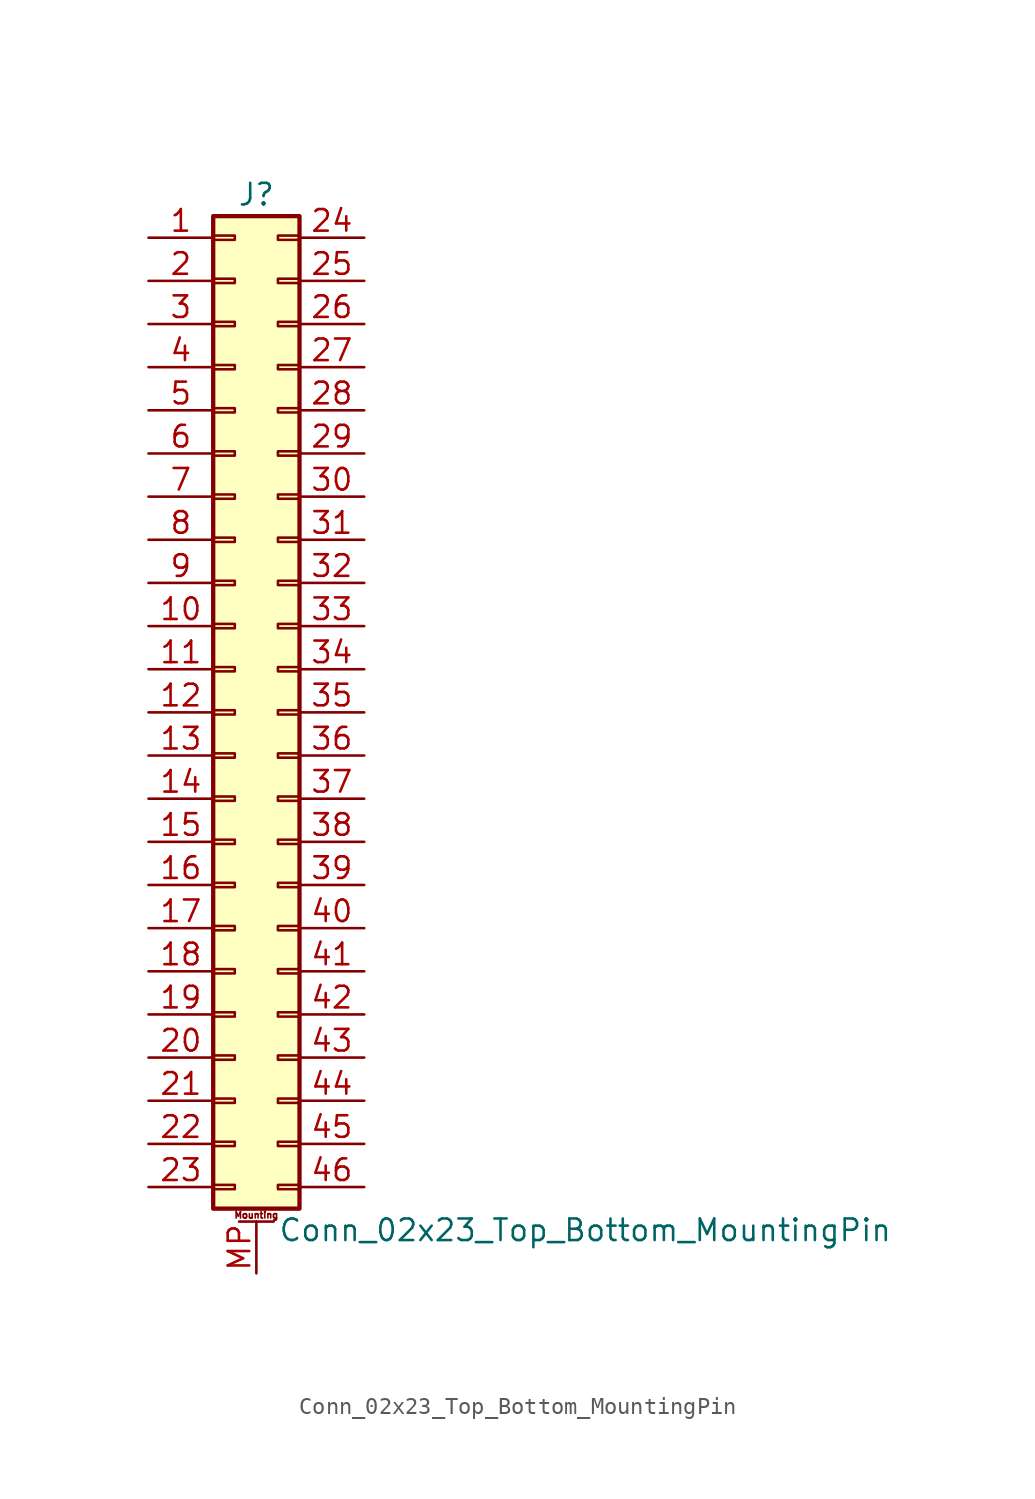
<source format=kicad_sym>
(kicad_symbol_lib
  (version 20201005)
  (generator kicad_symbol_editor)
  (symbol "Conn_02x23_Top_Bottom_MountingPin"
    (pin_names
      (offset 1.016) hide)
    (property "Reference" "J"
      (at 1.27 30.48 0)
      (effects (font (size 1.27 1.27))))
    (property "Value" "Conn_02x23_Top_Bottom_MountingPin"
      (at 2.54 -30.48 0)
      (effects (font (size 1.27 1.27)) (justify left)))
    (symbol "Conn_02x23_Top_Bottom_MountingPin_1_1"
      (text "Mounting" (at 1.27 -29.591 0) (effects (font (size 0.381 0.381))))
      (rectangle (start -1.27 -27.813) (end 0 -28.067) (stroke (width 0.152)) (fill (type none)))
      (rectangle (start -1.27 -25.273) (end 0 -25.527) (stroke (width 0.152)) (fill (type none)))
      (rectangle (start -1.27 -22.733) (end 0 -22.987) (stroke (width 0.152)) (fill (type none)))
      (rectangle (start -1.27 -20.193) (end 0 -20.447) (stroke (width 0.152)) (fill (type none)))
      (rectangle (start -1.27 -17.653) (end 0 -17.907) (stroke (width 0.152)) (fill (type none)))
      (rectangle (start -1.27 -15.113) (end 0 -15.367) (stroke (width 0.152)) (fill (type none)))
      (rectangle (start -1.27 -12.573) (end 0 -12.827) (stroke (width 0.152)) (fill (type none)))
      (rectangle (start -1.27 -10.033) (end 0 -10.287) (stroke (width 0.152)) (fill (type none)))
      (rectangle (start -1.27 -7.493) (end 0 -7.747) (stroke (width 0.152)) (fill (type none)))
      (rectangle (start -1.27 -4.953) (end 0 -5.207) (stroke (width 0.152)) (fill (type none)))
      (rectangle (start -1.27 -2.413) (end 0 -2.667) (stroke (width 0.152)) (fill (type none)))
      (rectangle (start -1.27 0.127) (end 0 -0.127) (stroke (width 0.152)) (fill (type none)))
      (rectangle (start -1.27 2.667) (end 0 2.413) (stroke (width 0.152)) (fill (type none)))
      (rectangle (start -1.27 5.207) (end 0 4.953) (stroke (width 0.152)) (fill (type none)))
      (rectangle (start -1.27 7.747) (end 0 7.493) (stroke (width 0.152)) (fill (type none)))
      (rectangle (start -1.27 10.287) (end 0 10.033) (stroke (width 0.152)) (fill (type none)))
      (rectangle (start -1.27 12.827) (end 0 12.573) (stroke (width 0.152)) (fill (type none)))
      (rectangle (start -1.27 15.367) (end 0 15.113) (stroke (width 0.152)) (fill (type none)))
      (rectangle (start -1.27 17.907) (end 0 17.653) (stroke (width 0.152)) (fill (type none)))
      (rectangle (start -1.27 20.447) (end 0 20.193) (stroke (width 0.152)) (fill (type none)))
      (rectangle (start -1.27 22.987) (end 0 22.733) (stroke (width 0.152)) (fill (type none)))
      (rectangle (start -1.27 25.527) (end 0 25.273) (stroke (width 0.152)) (fill (type none)))
      (rectangle (start -1.27 28.067) (end 0 27.813) (stroke (width 0.152)) (fill (type none)))
      (rectangle (start -1.27 29.21) (end 3.81 -29.21) (stroke (width 0.254)) (fill (type background)))
      (rectangle (start 3.81 -27.813) (end 2.54 -28.067) (stroke (width 0.152)) (fill (type none)))
      (rectangle (start 3.81 -25.273) (end 2.54 -25.527) (stroke (width 0.152)) (fill (type none)))
      (rectangle (start 3.81 -22.733) (end 2.54 -22.987) (stroke (width 0.152)) (fill (type none)))
      (rectangle (start 3.81 -20.193) (end 2.54 -20.447) (stroke (width 0.152)) (fill (type none)))
      (rectangle (start 3.81 -17.653) (end 2.54 -17.907) (stroke (width 0.152)) (fill (type none)))
      (rectangle (start 3.81 -15.113) (end 2.54 -15.367) (stroke (width 0.152)) (fill (type none)))
      (rectangle (start 3.81 -12.573) (end 2.54 -12.827) (stroke (width 0.152)) (fill (type none)))
      (rectangle (start 3.81 -10.033) (end 2.54 -10.287) (stroke (width 0.152)) (fill (type none)))
      (rectangle (start 3.81 -7.493) (end 2.54 -7.747) (stroke (width 0.152)) (fill (type none)))
      (rectangle (start 3.81 -4.953) (end 2.54 -5.207) (stroke (width 0.152)) (fill (type none)))
      (rectangle (start 3.81 -2.413) (end 2.54 -2.667) (stroke (width 0.152)) (fill (type none)))
      (rectangle (start 3.81 0.127) (end 2.54 -0.127) (stroke (width 0.152)) (fill (type none)))
      (rectangle (start 3.81 2.667) (end 2.54 2.413) (stroke (width 0.152)) (fill (type none)))
      (rectangle (start 3.81 5.207) (end 2.54 4.953) (stroke (width 0.152)) (fill (type none)))
      (rectangle (start 3.81 7.747) (end 2.54 7.493) (stroke (width 0.152)) (fill (type none)))
      (rectangle (start 3.81 10.287) (end 2.54 10.033) (stroke (width 0.152)) (fill (type none)))
      (rectangle (start 3.81 12.827) (end 2.54 12.573) (stroke (width 0.152)) (fill (type none)))
      (rectangle (start 3.81 15.367) (end 2.54 15.113) (stroke (width 0.152)) (fill (type none)))
      (rectangle (start 3.81 17.907) (end 2.54 17.653) (stroke (width 0.152)) (fill (type none)))
      (rectangle (start 3.81 20.447) (end 2.54 20.193) (stroke (width 0.152)) (fill (type none)))
      (rectangle (start 3.81 22.987) (end 2.54 22.733) (stroke (width 0.152)) (fill (type none)))
      (rectangle (start 3.81 25.527) (end 2.54 25.273) (stroke (width 0.152)) (fill (type none)))
      (rectangle (start 3.81 28.067) (end 2.54 27.813) (stroke (width 0.152)) (fill (type none)))
      (polyline (pts (xy 0.254 -29.972) (xy 2.286 -29.972)) (stroke (width 0.152)) (fill (type none)))
      (pin passive line (at -5.08 27.94 0) (length 3.81) (name "Pin_1" (effects (font (size 1.27 1.27)))) (number "1" (effects (font (size 1.27 1.27)))))
      (pin passive line (at -5.08 5.08 0) (length 3.81) (name "Pin_10" (effects (font (size 1.27 1.27)))) (number "10" (effects (font (size 1.27 1.27)))))
      (pin passive line (at -5.08 2.54 0) (length 3.81) (name "Pin_11" (effects (font (size 1.27 1.27)))) (number "11" (effects (font (size 1.27 1.27)))))
      (pin passive line (at -5.08 0 0) (length 3.81) (name "Pin_12" (effects (font (size 1.27 1.27)))) (number "12" (effects (font (size 1.27 1.27)))))
      (pin passive line (at -5.08 -2.54 0) (length 3.81) (name "Pin_13" (effects (font (size 1.27 1.27)))) (number "13" (effects (font (size 1.27 1.27)))))
      (pin passive line (at -5.08 -5.08 0) (length 3.81) (name "Pin_14" (effects (font (size 1.27 1.27)))) (number "14" (effects (font (size 1.27 1.27)))))
      (pin passive line (at -5.08 -7.62 0) (length 3.81) (name "Pin_15" (effects (font (size 1.27 1.27)))) (number "15" (effects (font (size 1.27 1.27)))))
      (pin passive line (at -5.08 -10.16 0) (length 3.81) (name "Pin_16" (effects (font (size 1.27 1.27)))) (number "16" (effects (font (size 1.27 1.27)))))
      (pin passive line (at -5.08 -12.7 0) (length 3.81) (name "Pin_17" (effects (font (size 1.27 1.27)))) (number "17" (effects (font (size 1.27 1.27)))))
      (pin passive line (at -5.08 -15.24 0) (length 3.81) (name "Pin_18" (effects (font (size 1.27 1.27)))) (number "18" (effects (font (size 1.27 1.27)))))
      (pin passive line (at -5.08 -17.78 0) (length 3.81) (name "Pin_19" (effects (font (size 1.27 1.27)))) (number "19" (effects (font (size 1.27 1.27)))))
      (pin passive line (at -5.08 25.4 0) (length 3.81) (name "Pin_2" (effects (font (size 1.27 1.27)))) (number "2" (effects (font (size 1.27 1.27)))))
      (pin passive line (at -5.08 -20.32 0) (length 3.81) (name "Pin_20" (effects (font (size 1.27 1.27)))) (number "20" (effects (font (size 1.27 1.27)))))
      (pin passive line (at -5.08 -22.86 0) (length 3.81) (name "Pin_21" (effects (font (size 1.27 1.27)))) (number "21" (effects (font (size 1.27 1.27)))))
      (pin passive line (at -5.08 -25.4 0) (length 3.81) (name "Pin_22" (effects (font (size 1.27 1.27)))) (number "22" (effects (font (size 1.27 1.27)))))
      (pin passive line (at -5.08 -27.94 0) (length 3.81) (name "Pin_23" (effects (font (size 1.27 1.27)))) (number "23" (effects (font (size 1.27 1.27)))))
      (pin passive line (at 7.62 27.94 180) (length 3.81) (name "Pin_24" (effects (font (size 1.27 1.27)))) (number "24" (effects (font (size 1.27 1.27)))))
      (pin passive line (at 7.62 25.4 180) (length 3.81) (name "Pin_25" (effects (font (size 1.27 1.27)))) (number "25" (effects (font (size 1.27 1.27)))))
      (pin passive line (at 7.62 22.86 180) (length 3.81) (name "Pin_26" (effects (font (size 1.27 1.27)))) (number "26" (effects (font (size 1.27 1.27)))))
      (pin passive line (at 7.62 20.32 180) (length 3.81) (name "Pin_27" (effects (font (size 1.27 1.27)))) (number "27" (effects (font (size 1.27 1.27)))))
      (pin passive line (at 7.62 17.78 180) (length 3.81) (name "Pin_28" (effects (font (size 1.27 1.27)))) (number "28" (effects (font (size 1.27 1.27)))))
      (pin passive line (at 7.62 15.24 180) (length 3.81) (name "Pin_29" (effects (font (size 1.27 1.27)))) (number "29" (effects (font (size 1.27 1.27)))))
      (pin passive line (at -5.08 22.86 0) (length 3.81) (name "Pin_3" (effects (font (size 1.27 1.27)))) (number "3" (effects (font (size 1.27 1.27)))))
      (pin passive line (at 7.62 12.7 180) (length 3.81) (name "Pin_30" (effects (font (size 1.27 1.27)))) (number "30" (effects (font (size 1.27 1.27)))))
      (pin passive line (at 7.62 10.16 180) (length 3.81) (name "Pin_31" (effects (font (size 1.27 1.27)))) (number "31" (effects (font (size 1.27 1.27)))))
      (pin passive line (at 7.62 7.62 180) (length 3.81) (name "Pin_32" (effects (font (size 1.27 1.27)))) (number "32" (effects (font (size 1.27 1.27)))))
      (pin passive line (at 7.62 5.08 180) (length 3.81) (name "Pin_33" (effects (font (size 1.27 1.27)))) (number "33" (effects (font (size 1.27 1.27)))))
      (pin passive line (at 7.62 2.54 180) (length 3.81) (name "Pin_34" (effects (font (size 1.27 1.27)))) (number "34" (effects (font (size 1.27 1.27)))))
      (pin passive line (at 7.62 0 180) (length 3.81) (name "Pin_35" (effects (font (size 1.27 1.27)))) (number "35" (effects (font (size 1.27 1.27)))))
      (pin passive line (at 7.62 -2.54 180) (length 3.81) (name "Pin_36" (effects (font (size 1.27 1.27)))) (number "36" (effects (font (size 1.27 1.27)))))
      (pin passive line (at 7.62 -5.08 180) (length 3.81) (name "Pin_37" (effects (font (size 1.27 1.27)))) (number "37" (effects (font (size 1.27 1.27)))))
      (pin passive line (at 7.62 -7.62 180) (length 3.81) (name "Pin_38" (effects (font (size 1.27 1.27)))) (number "38" (effects (font (size 1.27 1.27)))))
      (pin passive line (at 7.62 -10.16 180) (length 3.81) (name "Pin_39" (effects (font (size 1.27 1.27)))) (number "39" (effects (font (size 1.27 1.27)))))
      (pin passive line (at -5.08 20.32 0) (length 3.81) (name "Pin_4" (effects (font (size 1.27 1.27)))) (number "4" (effects (font (size 1.27 1.27)))))
      (pin passive line (at 7.62 -12.7 180) (length 3.81) (name "Pin_40" (effects (font (size 1.27 1.27)))) (number "40" (effects (font (size 1.27 1.27)))))
      (pin passive line (at 7.62 -15.24 180) (length 3.81) (name "Pin_41" (effects (font (size 1.27 1.27)))) (number "41" (effects (font (size 1.27 1.27)))))
      (pin passive line (at 7.62 -17.78 180) (length 3.81) (name "Pin_42" (effects (font (size 1.27 1.27)))) (number "42" (effects (font (size 1.27 1.27)))))
      (pin passive line (at 7.62 -20.32 180) (length 3.81) (name "Pin_43" (effects (font (size 1.27 1.27)))) (number "43" (effects (font (size 1.27 1.27)))))
      (pin passive line (at 7.62 -22.86 180) (length 3.81) (name "Pin_44" (effects (font (size 1.27 1.27)))) (number "44" (effects (font (size 1.27 1.27)))))
      (pin passive line (at 7.62 -25.4 180) (length 3.81) (name "Pin_45" (effects (font (size 1.27 1.27)))) (number "45" (effects (font (size 1.27 1.27)))))
      (pin passive line (at 7.62 -27.94 180) (length 3.81) (name "Pin_46" (effects (font (size 1.27 1.27)))) (number "46" (effects (font (size 1.27 1.27)))))
      (pin passive line (at -5.08 17.78 0) (length 3.81) (name "Pin_5" (effects (font (size 1.27 1.27)))) (number "5" (effects (font (size 1.27 1.27)))))
      (pin passive line (at -5.08 15.24 0) (length 3.81) (name "Pin_6" (effects (font (size 1.27 1.27)))) (number "6" (effects (font (size 1.27 1.27)))))
      (pin passive line (at -5.08 12.7 0) (length 3.81) (name "Pin_7" (effects (font (size 1.27 1.27)))) (number "7" (effects (font (size 1.27 1.27)))))
      (pin passive line (at -5.08 10.16 0) (length 3.81) (name "Pin_8" (effects (font (size 1.27 1.27)))) (number "8" (effects (font (size 1.27 1.27)))))
      (pin passive line (at -5.08 7.62 0) (length 3.81) (name "Pin_9" (effects (font (size 1.27 1.27)))) (number "9" (effects (font (size 1.27 1.27)))))
      (pin passive line (at 1.27 -33.02 90) (length 3.048) (name "MountPin" (effects (font (size 1.27 1.27)))) (number "MP" (effects (font (size 1.27 1.27))))))))
</source>
